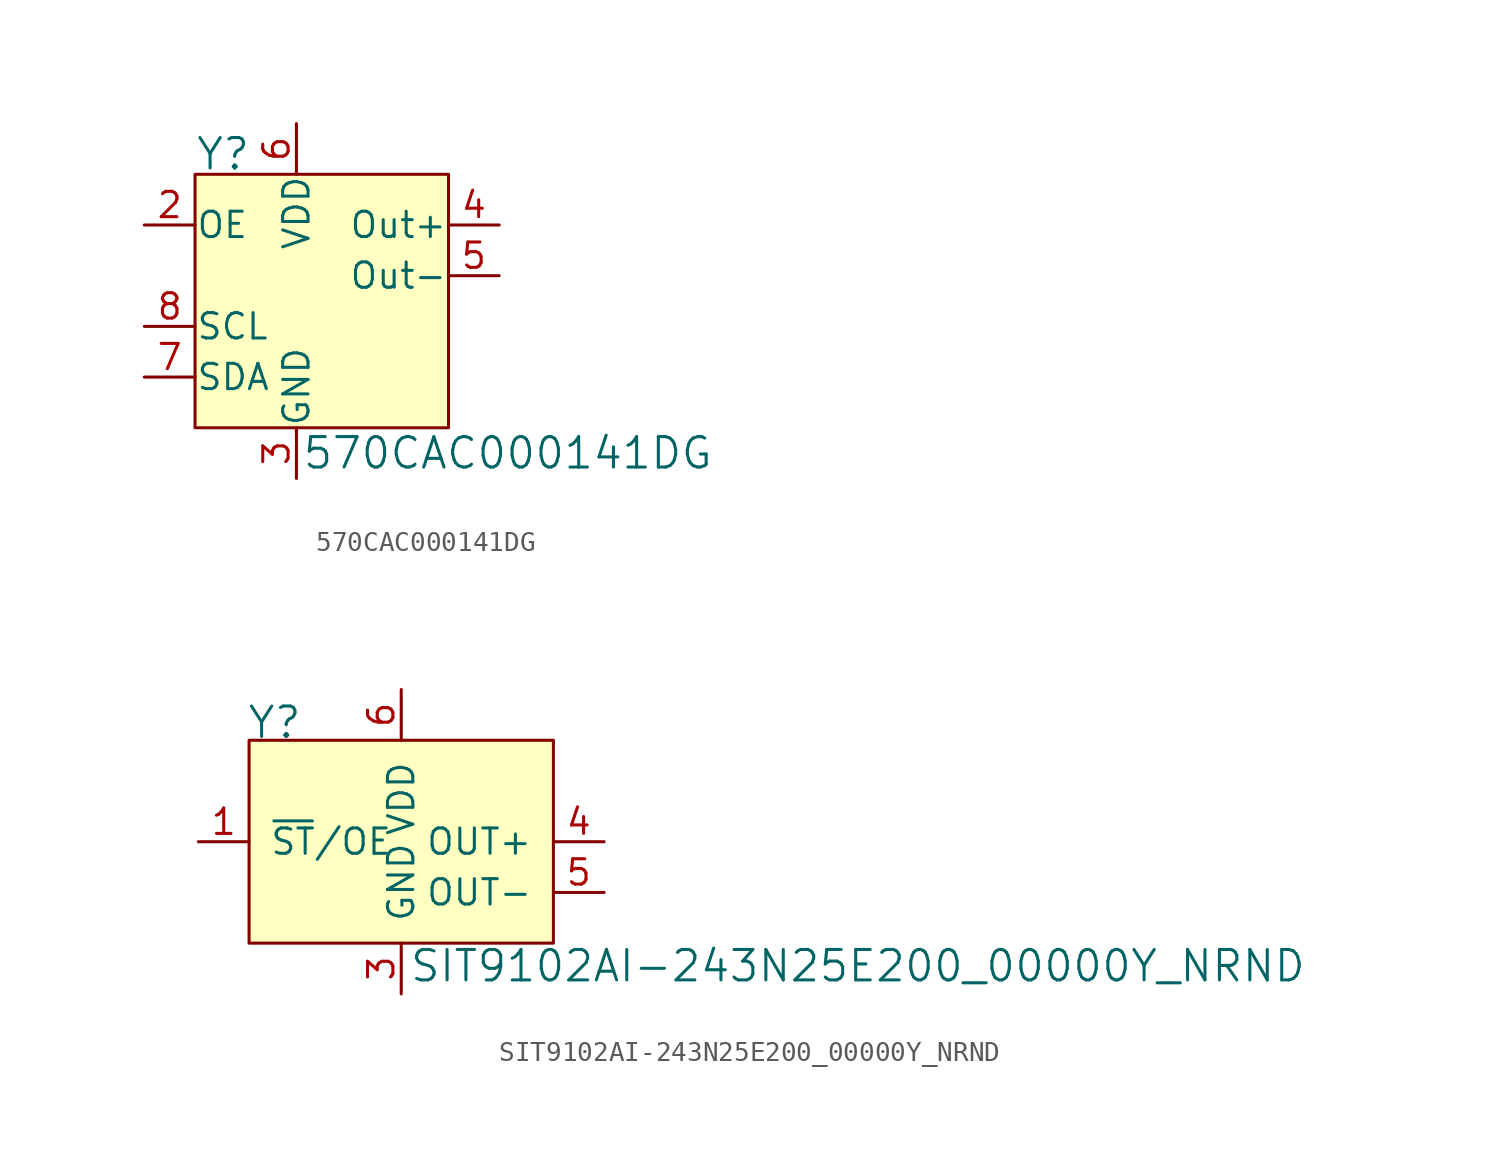
<source format=kicad_sym>
(kicad_symbol_lib
  (version 20220914)
  (generator kicad_symbol_editor)
  (symbol "570CAC000141DG"
    (pin_names
      (offset 0.025))
    (property "Reference" "Y"
      (at -7.62 6.096 0)
      (effects (font (size 1.524 1.524)) (justify left)))
    (property "Value" "570CAC000141DG"
      (at -2.286 -8.89 0)
      (effects (font (size 1.524 1.524)) (justify left)))
    (symbol "570CAC000141DG_0_1"
      (rectangle (start -7.62 5.08) (end 5.08 -7.62) (stroke (width 0) (type solid)) (fill (type background))))
    (symbol "570CAC000141DG_1_1"
      (pin no_connect line (at -7.62 0 0) (length 2.54) hide (name "NC" (effects (font (size 1.27 1.27)))) (number "1" (effects (font (size 1.27 1.27)))))
      (pin input line (at -10.16 2.54 0) (length 2.54) (name "OE" (effects (font (size 1.27 1.27)))) (number "2" (effects (font (size 1.27 1.27)))))
      (pin power_in line (at -2.54 -10.16 90) (length 2.54) (name "GND" (effects (font (size 1.27 1.27)))) (number "3" (effects (font (size 1.27 1.27)))))
      (pin output line (at 7.62 2.54 180) (length 2.54) (name "Out+" (effects (font (size 1.27 1.27)))) (number "4" (effects (font (size 1.27 1.27)))))
      (pin output line (at 7.62 0 180) (length 2.54) (name "Out-" (effects (font (size 1.27 1.27)))) (number "5" (effects (font (size 1.27 1.27)))))
      (pin power_in line (at -2.54 7.62 270) (length 2.54) (name "VDD" (effects (font (size 1.27 1.27)))) (number "6" (effects (font (size 1.27 1.27)))))
      (pin bidirectional line (at -10.16 -5.08 0) (length 2.54) (name "SDA" (effects (font (size 1.27 1.27)))) (number "7" (effects (font (size 1.27 1.27)))))
      (pin input line (at -10.16 -2.54 0) (length 2.54) (name "SCL" (effects (font (size 1.27 1.27)))) (number "8" (effects (font (size 1.27 1.27)))))))
  (symbol "SIT9102AI-243N25E200_00000Y_NRND"
    (pin_names
      (offset 1.016))
    (property "Reference" "Y"
      (at -10.287 5.969 0)
      (effects (font (size 1.524 1.524)) (justify left)))
    (property "Value" "SIT9102AI-243N25E200_00000Y_NRND"
      (at -2.159 -6.223 0)
      (effects (font (size 1.524 1.524)) (justify left)))
    (symbol "SIT9102AI-243N25E200_00000Y_NRND_0_1"
      (rectangle (start -10.16 5.08) (end 5.08 -5.08) (stroke (width 0) (type solid)) (fill (type background))))
    (symbol "SIT9102AI-243N25E200_00000Y_NRND_1_1"
      (pin output line (at -12.7 0 0) (length 2.54) (name "~{ST}/OE" (effects (font (size 1.27 1.27)))) (number "1" (effects (font (size 1.27 1.27)))))
      (pin no_connect line (at -10.16 -2.54 0) (length 2.54) hide (name "NC" (effects (font (size 1.27 1.27)))) (number "2" (effects (font (size 1.27 1.27)))))
      (pin power_in line (at -2.54 -7.62 90) (length 2.54) (name "GND" (effects (font (size 1.27 1.27)))) (number "3" (effects (font (size 1.27 1.27)))))
      (pin output line (at 7.62 0 180) (length 2.54) (name "OUT+" (effects (font (size 1.27 1.27)))) (number "4" (effects (font (size 1.27 1.27)))))
      (pin output line (at 7.62 -2.54 180) (length 2.54) (name "OUT-" (effects (font (size 1.27 1.27)))) (number "5" (effects (font (size 1.27 1.27)))))
      (pin power_in line (at -2.54 7.62 270) (length 2.54) (name "VDD" (effects (font (size 1.27 1.27)))) (number "6" (effects (font (size 1.27 1.27))))))))
</source>
